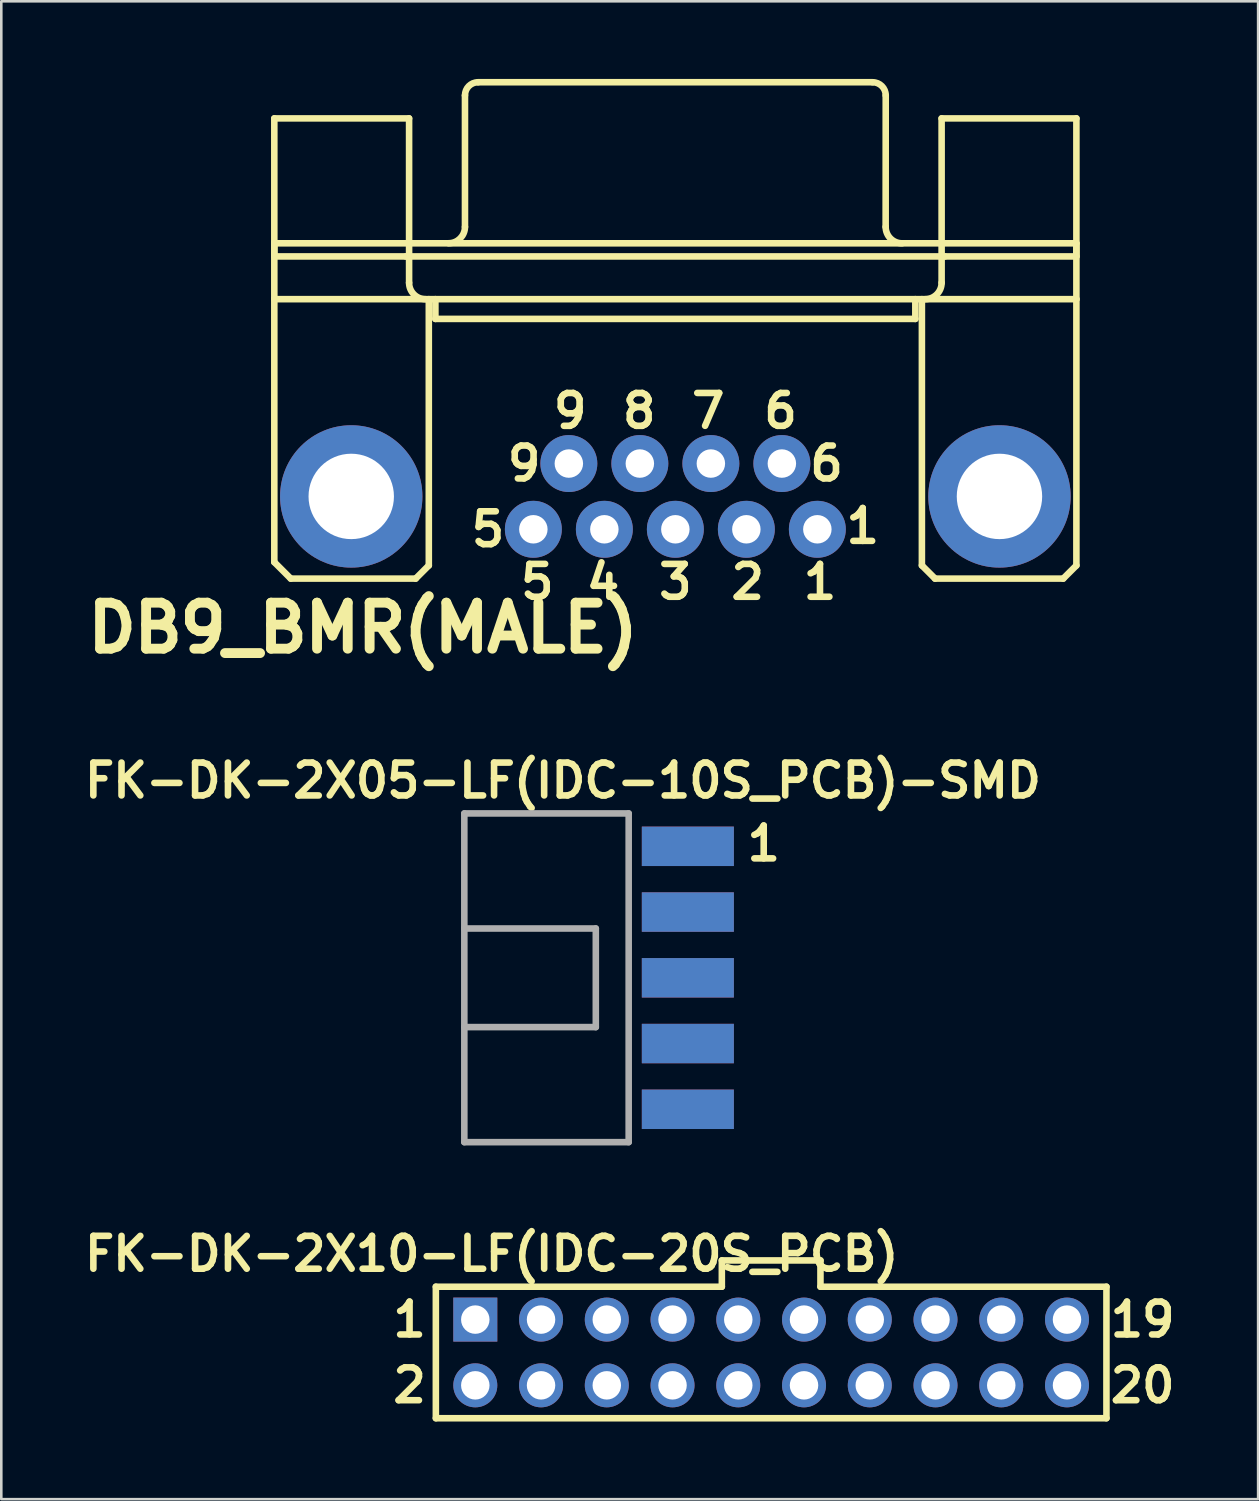
<source format=kicad_pcb>
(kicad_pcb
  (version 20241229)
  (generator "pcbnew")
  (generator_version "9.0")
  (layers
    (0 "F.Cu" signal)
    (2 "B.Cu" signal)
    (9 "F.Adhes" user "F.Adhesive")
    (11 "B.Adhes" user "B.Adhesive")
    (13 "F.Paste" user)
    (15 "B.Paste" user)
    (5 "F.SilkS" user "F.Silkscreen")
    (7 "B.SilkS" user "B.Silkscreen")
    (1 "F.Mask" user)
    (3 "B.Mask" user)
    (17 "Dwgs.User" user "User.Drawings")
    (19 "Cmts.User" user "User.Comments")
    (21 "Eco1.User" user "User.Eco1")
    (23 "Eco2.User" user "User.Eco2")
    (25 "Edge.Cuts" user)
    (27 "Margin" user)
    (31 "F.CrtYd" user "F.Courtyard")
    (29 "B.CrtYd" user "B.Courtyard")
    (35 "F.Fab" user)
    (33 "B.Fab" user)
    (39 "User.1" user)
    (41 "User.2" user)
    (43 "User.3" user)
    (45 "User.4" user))
  (footprint "FK-DK-2X10-LF(IDC-20S_PCB)"
    (layer "F.Cu")
    (at 26.743 49.202)
    (property "Reference" "FK-DK-2X10-LF(IDC-20S_PCB)" (at -10.795 -3.81 0) (layer "F.SilkS") (effects (font (size 1.27 1.27) (thickness 0.254))))
    (attr through_hole)
    (fp_line (start -12.954 -2.54) (end -12.954 2.54) (stroke (width 0.254) (type solid)) (layer "F.SilkS"))
    (fp_line (start -12.954 -2.54) (end -1.905 -2.54) (stroke (width 0.254) (type solid)) (layer "F.SilkS"))
    (fp_line (start -12.954 2.54) (end 12.954 2.54) (stroke (width 0.254) (type solid)) (layer "F.SilkS"))
    (fp_line (start -1.905 -3.556) (end 1.905 -3.556) (stroke (width 0.254) (type solid)) (layer "F.SilkS"))
    (fp_line (start -1.905 -2.54) (end -1.905 -3.556) (stroke (width 0.254) (type solid)) (layer "F.SilkS"))
    (fp_line (start 1.905 -3.556) (end 1.905 -2.54) (stroke (width 0.254) (type solid)) (layer "F.SilkS"))
    (fp_line (start 1.905 -2.54) (end 12.954 -2.54) (stroke (width 0.254) (type solid)) (layer "F.SilkS"))
    (fp_line (start 12.954 -2.54) (end 12.954 2.54) (stroke (width 0.254) (type solid)) (layer "F.SilkS"))
    (fp_text user "20" (at 14.351 1.27 0) (layer "F.SilkS") (effects (font (size 1.27 1.27) (thickness 0.254))))
    (fp_text user "19" (at 14.351 -1.27 0) (layer "F.SilkS") (effects (font (size 1.27 1.27) (thickness 0.254))))
    (fp_text user "2" (at -13.97 1.27 0) (layer "F.SilkS") (effects (font (size 1.27 1.27) (thickness 0.254))))
    (fp_text user "1" (at -13.97 -1.27 0) (layer "F.SilkS") (effects (font (size 1.27 1.27) (thickness 0.254))))
    (pad "1" thru_hole rect (at -11.43 -1.27) (size 1.7 1.7) (drill 1.1) (layers "*.Cu" "*.Mask"))
    (pad "2" thru_hole circle (at -11.43 1.27) (size 1.7 1.7) (drill 1.1) (layers "*.Cu" "*.Mask"))
    (pad "3" thru_hole circle (at -8.89 -1.27) (size 1.7 1.7) (drill 1.1) (layers "*.Cu" "*.Mask"))
    (pad "4" thru_hole circle (at -8.89 1.27) (size 1.7 1.7) (drill 1.1) (layers "*.Cu" "*.Mask"))
    (pad "5" thru_hole circle (at -6.35 -1.27) (size 1.7 1.7) (drill 1.1) (layers "*.Cu" "*.Mask"))
    (pad "6" thru_hole circle (at -6.35 1.27) (size 1.7 1.7) (drill 1.1) (layers "*.Cu" "*.Mask"))
    (pad "7" thru_hole circle (at -3.81 -1.27) (size 1.7 1.7) (drill 1.1) (layers "*.Cu" "*.Mask"))
    (pad "8" thru_hole circle (at -3.81 1.27) (size 1.7 1.7) (drill 1.1) (layers "*.Cu" "*.Mask"))
    (pad "9" thru_hole circle (at -1.27 -1.27) (size 1.7 1.7) (drill 1.1) (layers "*.Cu" "*.Mask"))
    (pad "10" thru_hole circle (at -1.27 1.27) (size 1.7 1.7) (drill 1.1) (layers "*.Cu" "*.Mask"))
    (pad "11" thru_hole circle (at 1.27 -1.27) (size 1.7 1.7) (drill 1.1) (layers "*.Cu" "*.Mask"))
    (pad "12" thru_hole circle (at 1.27 1.27) (size 1.7 1.7) (drill 1.1) (layers "*.Cu" "*.Mask"))
    (pad "13" thru_hole circle (at 3.81 -1.27) (size 1.7 1.7) (drill 1.1) (layers "*.Cu" "*.Mask"))
    (pad "14" thru_hole circle (at 3.81 1.27) (size 1.7 1.7) (drill 1.1) (layers "*.Cu" "*.Mask"))
    (pad "15" thru_hole circle (at 6.35 -1.27) (size 1.7 1.7) (drill 1.1) (layers "*.Cu" "*.Mask"))
    (pad "16" thru_hole circle (at 6.35 1.27) (size 1.7 1.7) (drill 1.1) (layers "*.Cu" "*.Mask"))
    (pad "17" thru_hole circle (at 8.89 -1.27) (size 1.7 1.7) (drill 1.1) (layers "*.Cu" "*.Mask"))
    (pad "18" thru_hole circle (at 8.89 1.27) (size 1.7 1.7) (drill 1.1) (layers "*.Cu" "*.Mask"))
    (pad "19" thru_hole circle (at 11.43 -1.27) (size 1.7 1.7) (drill 1.1) (layers "*.Cu" "*.Mask"))
    (pad "20" thru_hole circle (at 11.43 1.27) (size 1.7 1.7) (drill 1.1) (layers "*.Cu" "*.Mask")))
  (footprint "DB9_BMR(MALE)"
    (layer "F.Cu")
    (at 23.042 16.129)
    (property "Reference" "DB9_BMR(MALE)" (at -12.065 5.08 0) (layer "F.SilkS") (effects (font (size 1.778 1.778) (thickness 0.381))))
    (attr through_hole)
    (fp_line (start -15.494 -9.779) (end 15.494 -9.779) (stroke (width 0.254) (type solid)) (layer "F.SilkS"))
    (fp_line (start -15.494 -9.271) (end -15.494 -9.779) (stroke (width 0.254) (type solid)) (layer "F.SilkS"))
    (fp_line (start -15.494 -9.271) (end -10.414 -9.271) (stroke (width 0.254) (type solid)) (layer "F.SilkS"))
    (fp_line (start -15.494 -7.62) (end -15.494 -14.605) (stroke (width 0.254) (type solid)) (layer "F.SilkS"))
    (fp_line (start -15.494 -7.62) (end -9.525 -7.62) (stroke (width 0.254) (type solid)) (layer "F.SilkS"))
    (fp_line (start -15.494 2.54) (end -15.494 -7.62) (stroke (width 0.254) (type solid)) (layer "F.SilkS"))
    (fp_line (start -14.859 3.175) (end -15.494 2.54) (stroke (width 0.254) (type solid)) (layer "F.SilkS"))
    (fp_line (start -10.414 -9.271) (end 10.414 -9.271) (stroke (width 0.254) (type solid)) (layer "F.SilkS"))
    (fp_line (start -10.287 -14.605) (end -15.494 -14.605) (stroke (width 0.254) (type solid)) (layer "F.SilkS"))
    (fp_line (start -10.287 -8.255) (end -10.287 -14.605) (stroke (width 0.254) (type solid)) (layer "F.SilkS"))
    (fp_line (start -10.033 3.175) (end -14.859 3.175) (stroke (width 0.254) (type solid)) (layer "F.SilkS"))
    (fp_line (start -10.033 3.175) (end -9.525 2.667) (stroke (width 0.254) (type solid)) (layer "F.SilkS"))
    (fp_line (start -9.525 -7.62) (end -9.271 -7.62) (stroke (width 0.254) (type solid)) (layer "F.SilkS"))
    (fp_line (start -9.525 2.667) (end -9.525 -7.62) (stroke (width 0.254) (type solid)) (layer "F.SilkS"))
    (fp_line (start -9.271 -7.62) (end -9.271 -6.858) (stroke (width 0.254) (type solid)) (layer "F.SilkS"))
    (fp_line (start -9.271 -7.62) (end 9.271 -7.62) (stroke (width 0.254) (type solid)) (layer "F.SilkS"))
    (fp_line (start -9.271 -6.858) (end 9.271 -6.858) (stroke (width 0.254) (type solid)) (layer "F.SilkS"))
    (fp_line (start -8.128 -10.414) (end -8.128 -15.494) (stroke (width 0.254) (type solid)) (layer "F.SilkS"))
    (fp_line (start -7.62 -16.002) (end 7.62 -16.002) (stroke (width 0.254) (type solid)) (layer "F.SilkS"))
    (fp_line (start 8.125 -10.414) (end 8.128 -15.494) (stroke (width 0.254) (type solid)) (layer "F.SilkS"))
    (fp_line (start 9.271 -7.62) (end 9.271 -6.858) (stroke (width 0.254) (type solid)) (layer "F.SilkS"))
    (fp_line (start 9.271 -7.62) (end 9.525 -7.62) (stroke (width 0.254) (type solid)) (layer "F.SilkS"))
    (fp_line (start 9.525 -7.62) (end 15.494 -7.62) (stroke (width 0.254) (type solid)) (layer "F.SilkS"))
    (fp_line (start 9.525 2.667) (end 9.525 -7.62) (stroke (width 0.254) (type solid)) (layer "F.SilkS"))
    (fp_line (start 9.525 2.667) (end 10.033 3.175) (stroke (width 0.254) (type solid)) (layer "F.SilkS"))
    (fp_line (start 10.033 3.175) (end 14.986 3.175) (stroke (width 0.254) (type solid)) (layer "F.SilkS"))
    (fp_line (start 10.287 -8.255) (end 10.287 -14.605) (stroke (width 0.254) (type solid)) (layer "F.SilkS"))
    (fp_line (start 10.414 -9.271) (end 15.494 -9.271) (stroke (width 0.254) (type solid)) (layer "F.SilkS"))
    (fp_line (start 14.986 3.175) (end 15.494 2.667) (stroke (width 0.254) (type solid)) (layer "F.SilkS"))
    (fp_line (start 15.494 -14.605) (end 10.287 -14.605) (stroke (width 0.254) (type solid)) (layer "F.SilkS"))
    (fp_line (start 15.494 -14.605) (end 15.494 -7.62) (stroke (width 0.254) (type solid)) (layer "F.SilkS"))
    (fp_line (start 15.494 -9.779) (end 15.494 -9.271) (stroke (width 0.254) (type solid)) (layer "F.SilkS"))
    (fp_line (start 15.494 2.667) (end 15.494 -7.62) (stroke (width 0.254) (type solid)) (layer "F.SilkS"))
    (fp_arc (start -9.652 -7.62) (mid -10.101013 -7.805987) (end -10.287 -8.255) (stroke (width 0.254) (type solid)) (layer "F.SilkS"))
    (fp_arc (start -8.128 -15.494) (mid -7.97921 -15.85321) (end -7.62 -16.002) (stroke (width 0.254) (type solid)) (layer "F.SilkS"))
    (fp_arc (start -8.128 -10.414) (mid -8.313243 -9.966783) (end -8.76046 -9.78154) (stroke (width 0.254) (type solid)) (layer "F.SilkS"))
    (fp_arc (start 7.62 -16.002) (mid 7.97921 -15.85321) (end 8.128 -15.494) (stroke (width 0.254) (type solid)) (layer "F.SilkS"))
    (fp_arc (start 8.76046 -9.779) (mid 8.311447 -9.964987) (end 8.12546 -10.414) (stroke (width 0.254) (type solid)) (layer "F.SilkS"))
    (fp_arc (start 10.287 -8.255) (mid 10.101013 -7.805987) (end 9.652 -7.62) (stroke (width 0.254) (type solid)) (layer "F.SilkS"))
    (fp_text user "1" (at 7.239 1.143 0) (layer "F.SilkS") (effects (font (size 1.27 1.27) (thickness 0.254))))
    (fp_text user "6" (at 5.842 -1.27 0) (layer "F.SilkS") (effects (font (size 1.27 1.27) (thickness 0.254))))
    (fp_text user "1" (at 5.588 3.302 0) (layer "F.SilkS") (effects (font (size 1.27 1.27) (thickness 0.254))))
    (fp_text user "5" (at -5.334 3.302 0) (layer "F.SilkS") (effects (font (size 1.27 1.27) (thickness 0.254))))
    (fp_text user "7" (at 1.27 -3.302 0) (layer "F.SilkS") (effects (font (size 1.27 1.27) (thickness 0.254))))
    (fp_text user "8" (at -1.397 -3.302 0) (layer "F.SilkS") (effects (font (size 1.27 1.27) (thickness 0.254))))
    (fp_text user "3" (at 0 3.302 0) (layer "F.SilkS") (effects (font (size 1.27 1.27) (thickness 0.254))))
    (fp_text user "2" (at 2.794 3.302 0) (layer "F.SilkS") (effects (font (size 1.27 1.27) (thickness 0.254))))
    (fp_text user "4" (at -2.794 3.302 0) (layer "F.SilkS") (effects (font (size 1.27 1.27) (thickness 0.254))))
    (fp_text user "9" (at -4.064 -3.302 0) (layer "F.SilkS") (effects (font (size 1.27 1.27) (thickness 0.254))))
    (fp_text user "6" (at 4.064 -3.302 0) (layer "F.SilkS") (effects (font (size 1.27 1.27) (thickness 0.254))))
    (fp_text user "9" (at -5.842 -1.27 0) (layer "F.SilkS") (effects (font (size 1.27 1.27) (thickness 0.254))))
    (fp_text user "5" (at -7.239 1.27 0) (layer "F.SilkS") (effects (font (size 1.27 1.27) (thickness 0.254))))
    (pad "1" thru_hole circle (at 5.486 1.27) (size 2.2 2.2) (drill 1.1) (layers "*.Cu" "*.Mask"))
    (pad "2" thru_hole circle (at 2.743 1.27) (size 2.2 2.2) (drill 1.1) (layers "*.Cu" "*.Mask"))
    (pad "3" thru_hole circle (at 0 1.27) (size 2.2 2.2) (drill 1.1) (layers "*.Cu" "*.Mask"))
    (pad "4" thru_hole circle (at -2.743 1.27) (size 2.2 2.2) (drill 1.1) (layers "*.Cu" "*.Mask"))
    (pad "5" thru_hole circle (at -5.486 1.27) (size 2.2 2.2) (drill 1.1) (layers "*.Cu" "*.Mask"))
    (pad "6" thru_hole circle (at 4.115 -1.27) (size 2.2 2.2) (drill 1.1) (layers "*.Cu" "*.Mask"))
    (pad "7" thru_hole circle (at 1.372 -1.27) (size 2.2 2.2) (drill 1.1) (layers "*.Cu" "*.Mask"))
    (pad "8" thru_hole circle (at -1.372 -1.27) (size 2.2 2.2) (drill 1.1) (layers "*.Cu" "*.Mask"))
    (pad "9" thru_hole circle (at -4.115 -1.27) (size 2.2 2.2) (drill 1.1) (layers "*.Cu" "*.Mask"))
    (pad "G1" thru_hole circle (at -12.522 0) (size 5.5 5.5) (drill 3.3) (layers "*.Cu" "*.Mask"))
    (pad "G2" thru_hole circle (at 12.522 0) (size 5.5 5.5) (drill 3.3) (layers "*.Cu" "*.Mask")))
  (footprint "FK-DK-2X05-LF(IDC-10S_PCB)-SMD"
    (layer "F.Cu")
    (at 18.699 34.727)
    (property "Reference" "FK-DK-2X05-LF(IDC-10S_PCB)-SMD" (at 0 -7.62 0) (layer "F.SilkS") (effects (font (size 1.27 1.27) (thickness 0.254))))
    (attr through_hole)
    (fp_line (start -3.81 -6.35) (end -3.81 6.35) (stroke (width 0.254) (type solid)) (layer "F.Fab"))
    (fp_line (start -3.81 -1.905) (end 1.27 -1.905) (stroke (width 0.254) (type solid)) (layer "F.Fab"))
    (fp_line (start -3.81 6.35) (end 2.54 6.35) (stroke (width 0.254) (type solid)) (layer "F.Fab"))
    (fp_line (start 1.27 -1.905) (end 1.27 1.905) (stroke (width 0.254) (type solid)) (layer "F.Fab"))
    (fp_line (start 1.27 1.905) (end -3.81 1.905) (stroke (width 0.254) (type solid)) (layer "F.Fab"))
    (fp_line (start 2.54 -6.35) (end -3.81 -6.35) (stroke (width 0.254) (type solid)) (layer "F.Fab"))
    (fp_line (start 2.54 -6.35) (end 2.54 6.35) (stroke (width 0.254) (type solid)) (layer "F.Fab"))
    (fp_text user "1" (at 6.985 -4.445 0) (unlocked yes) (layer "F.SilkS") (effects (font (size 1.27 1.27) (thickness 0.254) (bold yes)) (justify left bottom)))
    (pad "1" smd rect (at 4.826 -5.08) (size 3.556 1.524) (layers "F.Cu" "F.Mask"))
    (pad "2" smd rect (at 4.826 -5.08) (size 3.556 1.524) (layers "B.Cu" "B.Mask"))
    (pad "3" smd rect (at 4.826 -2.54) (size 3.556 1.524) (layers "F.Cu" "F.Mask"))
    (pad "4" smd rect (at 4.826 -2.54) (size 3.556 1.524) (layers "B.Cu" "B.Mask"))
    (pad "5" smd rect (at 4.826 0) (size 3.556 1.524) (layers "F.Cu" "F.Mask"))
    (pad "6" smd rect (at 4.826 0) (size 3.556 1.524) (layers "B.Cu" "B.Mask"))
    (pad "7" smd rect (at 4.826 2.54) (size 3.556 1.524) (layers "F.Cu" "F.Mask"))
    (pad "8" smd rect (at 4.826 2.54) (size 3.556 1.524) (layers "B.Cu" "B.Mask"))
    (pad "9" smd rect (at 4.826 5.08) (size 3.556 1.524) (layers "F.Cu" "F.Mask"))
    (pad "10" smd rect (at 4.826 5.08) (size 3.556 1.524) (layers "B.Cu" "B.Mask")))
  (gr_rect
    (start -3 -3)
    (end 45.557 54.869)
    (stroke (width 0.1) (type default))
    (fill no)
    (layer "Edge.Cuts")))
</source>
